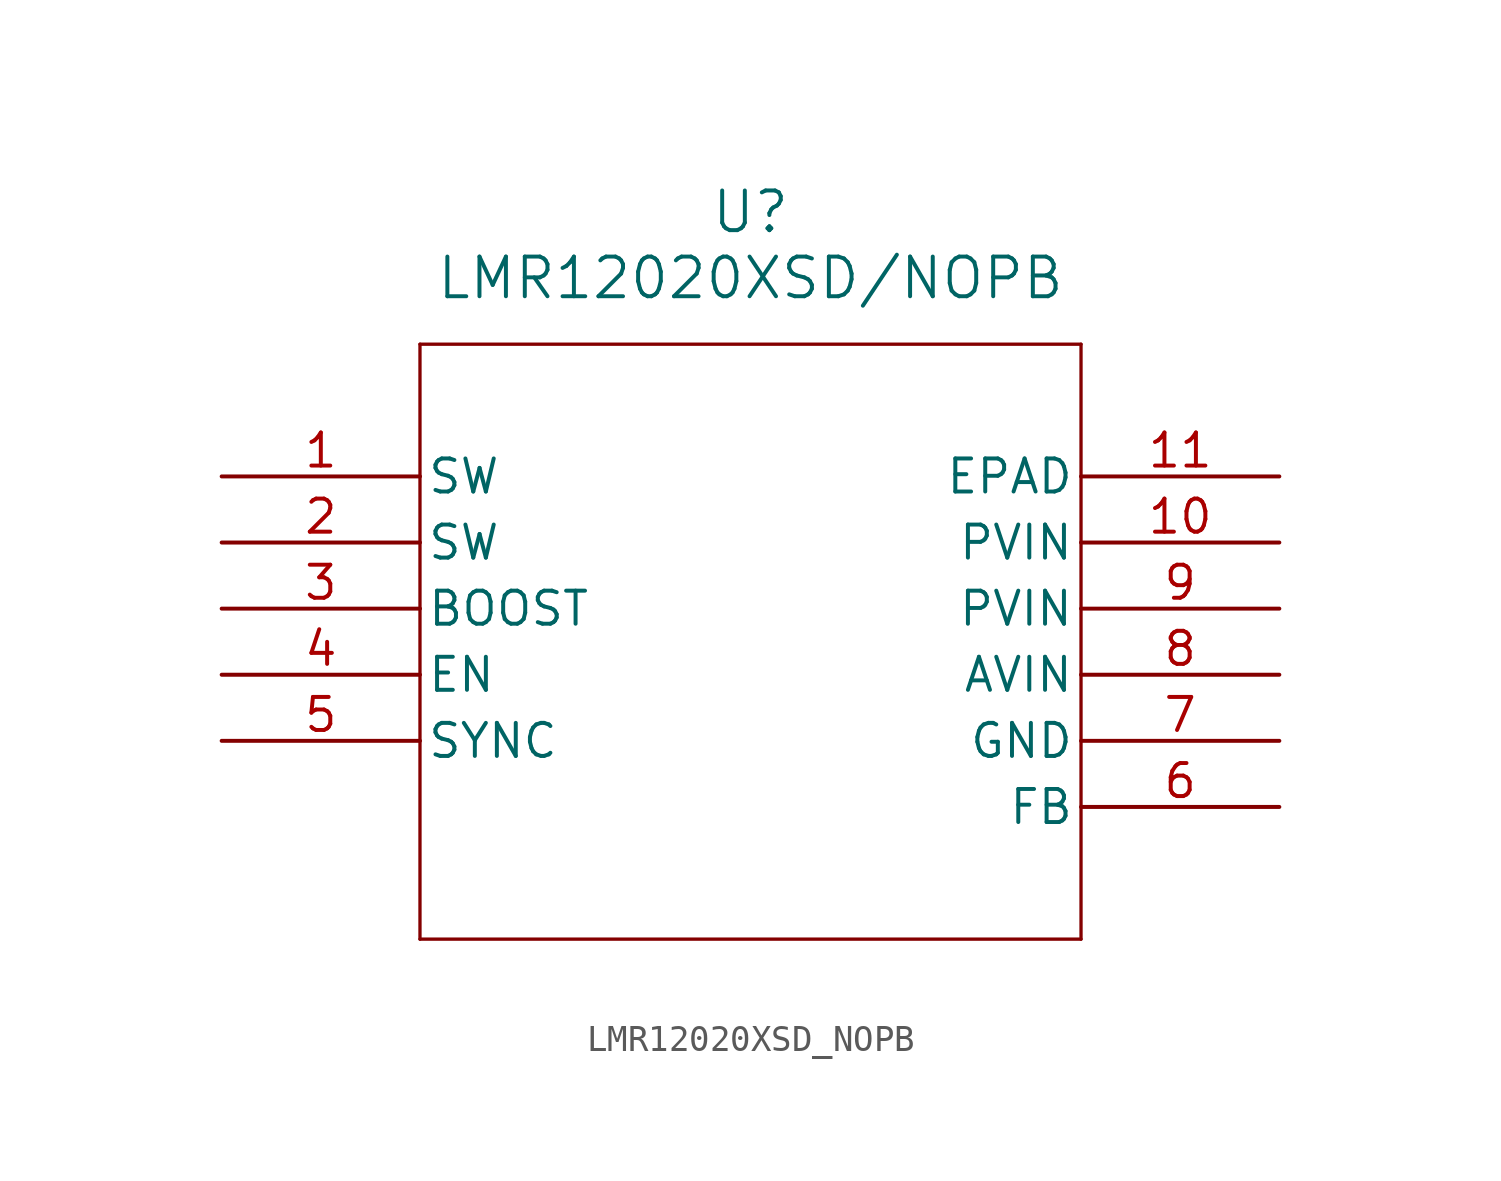
<source format=kicad_sym>
(kicad_symbol_lib
  (version 20211014)
  (generator kicad_symbol_editor)
  (symbol "LMR12020XSD_NOPB"
    (pin_names
      (offset 0.254))
    (property "Reference" "U"
      (at 20.32 10.16 0)
      (effects (font (size 1.524 1.524))))
    (property "Value" "LMR12020XSD/NOPB"
      (at 20.32 7.62 0)
      (effects (font (size 1.524 1.524))))
    (symbol "LMR12020XSD_NOPB_0_1"
      (polyline (pts (xy 7.62 5.08) (xy 7.62 -17.78)) (stroke (width 0.127) (type default) (color 0 0 0 0)) (fill (type none)))
      (polyline (pts (xy 7.62 -17.78) (xy 33.02 -17.78)) (stroke (width 0.127) (type default) (color 0 0 0 0)) (fill (type none)))
      (polyline (pts (xy 33.02 -17.78) (xy 33.02 5.08)) (stroke (width 0.127) (type default) (color 0 0 0 0)) (fill (type none)))
      (polyline (pts (xy 33.02 5.08) (xy 7.62 5.08)) (stroke (width 0.127) (type default) (color 0 0 0 0)) (fill (type none)))
      (pin output line (at 0 0 0) (length 7.62) (name "SW" (effects (font (size 1.27 1.27)))) (number "1" (effects (font (size 1.27 1.27)))))
      (pin output line (at 0 -2.54 0) (length 7.62) (name "SW" (effects (font (size 1.27 1.27)))) (number "2" (effects (font (size 1.27 1.27)))))
      (pin unspecified line (at 0 -5.08 0) (length 7.62) (name "BOOST" (effects (font (size 1.27 1.27)))) (number "3" (effects (font (size 1.27 1.27)))))
      (pin input line (at 0 -7.62 0) (length 7.62) (name "EN" (effects (font (size 1.27 1.27)))) (number "4" (effects (font (size 1.27 1.27)))))
      (pin input line (at 0 -10.16 0) (length 7.62) (name "SYNC" (effects (font (size 1.27 1.27)))) (number "5" (effects (font (size 1.27 1.27)))))
      (pin output line (at 40.64 -12.7 180) (length 7.62) (name "FB" (effects (font (size 1.27 1.27)))) (number "6" (effects (font (size 1.27 1.27)))))
      (pin power_in line (at 40.64 -10.16 180) (length 7.62) (name "GND" (effects (font (size 1.27 1.27)))) (number "7" (effects (font (size 1.27 1.27)))))
      (pin input line (at 40.64 -7.62 180) (length 7.62) (name "AVIN" (effects (font (size 1.27 1.27)))) (number "8" (effects (font (size 1.27 1.27)))))
      (pin input line (at 40.64 -5.08 180) (length 7.62) (name "PVIN" (effects (font (size 1.27 1.27)))) (number "9" (effects (font (size 1.27 1.27)))))
      (pin input line (at 40.64 -2.54 180) (length 7.62) (name "PVIN" (effects (font (size 1.27 1.27)))) (number "10" (effects (font (size 1.27 1.27)))))
      (pin unspecified line (at 40.64 0 180) (length 7.62) (name "EPAD" (effects (font (size 1.27 1.27)))) (number "11" (effects (font (size 1.27 1.27))))))))
</source>
